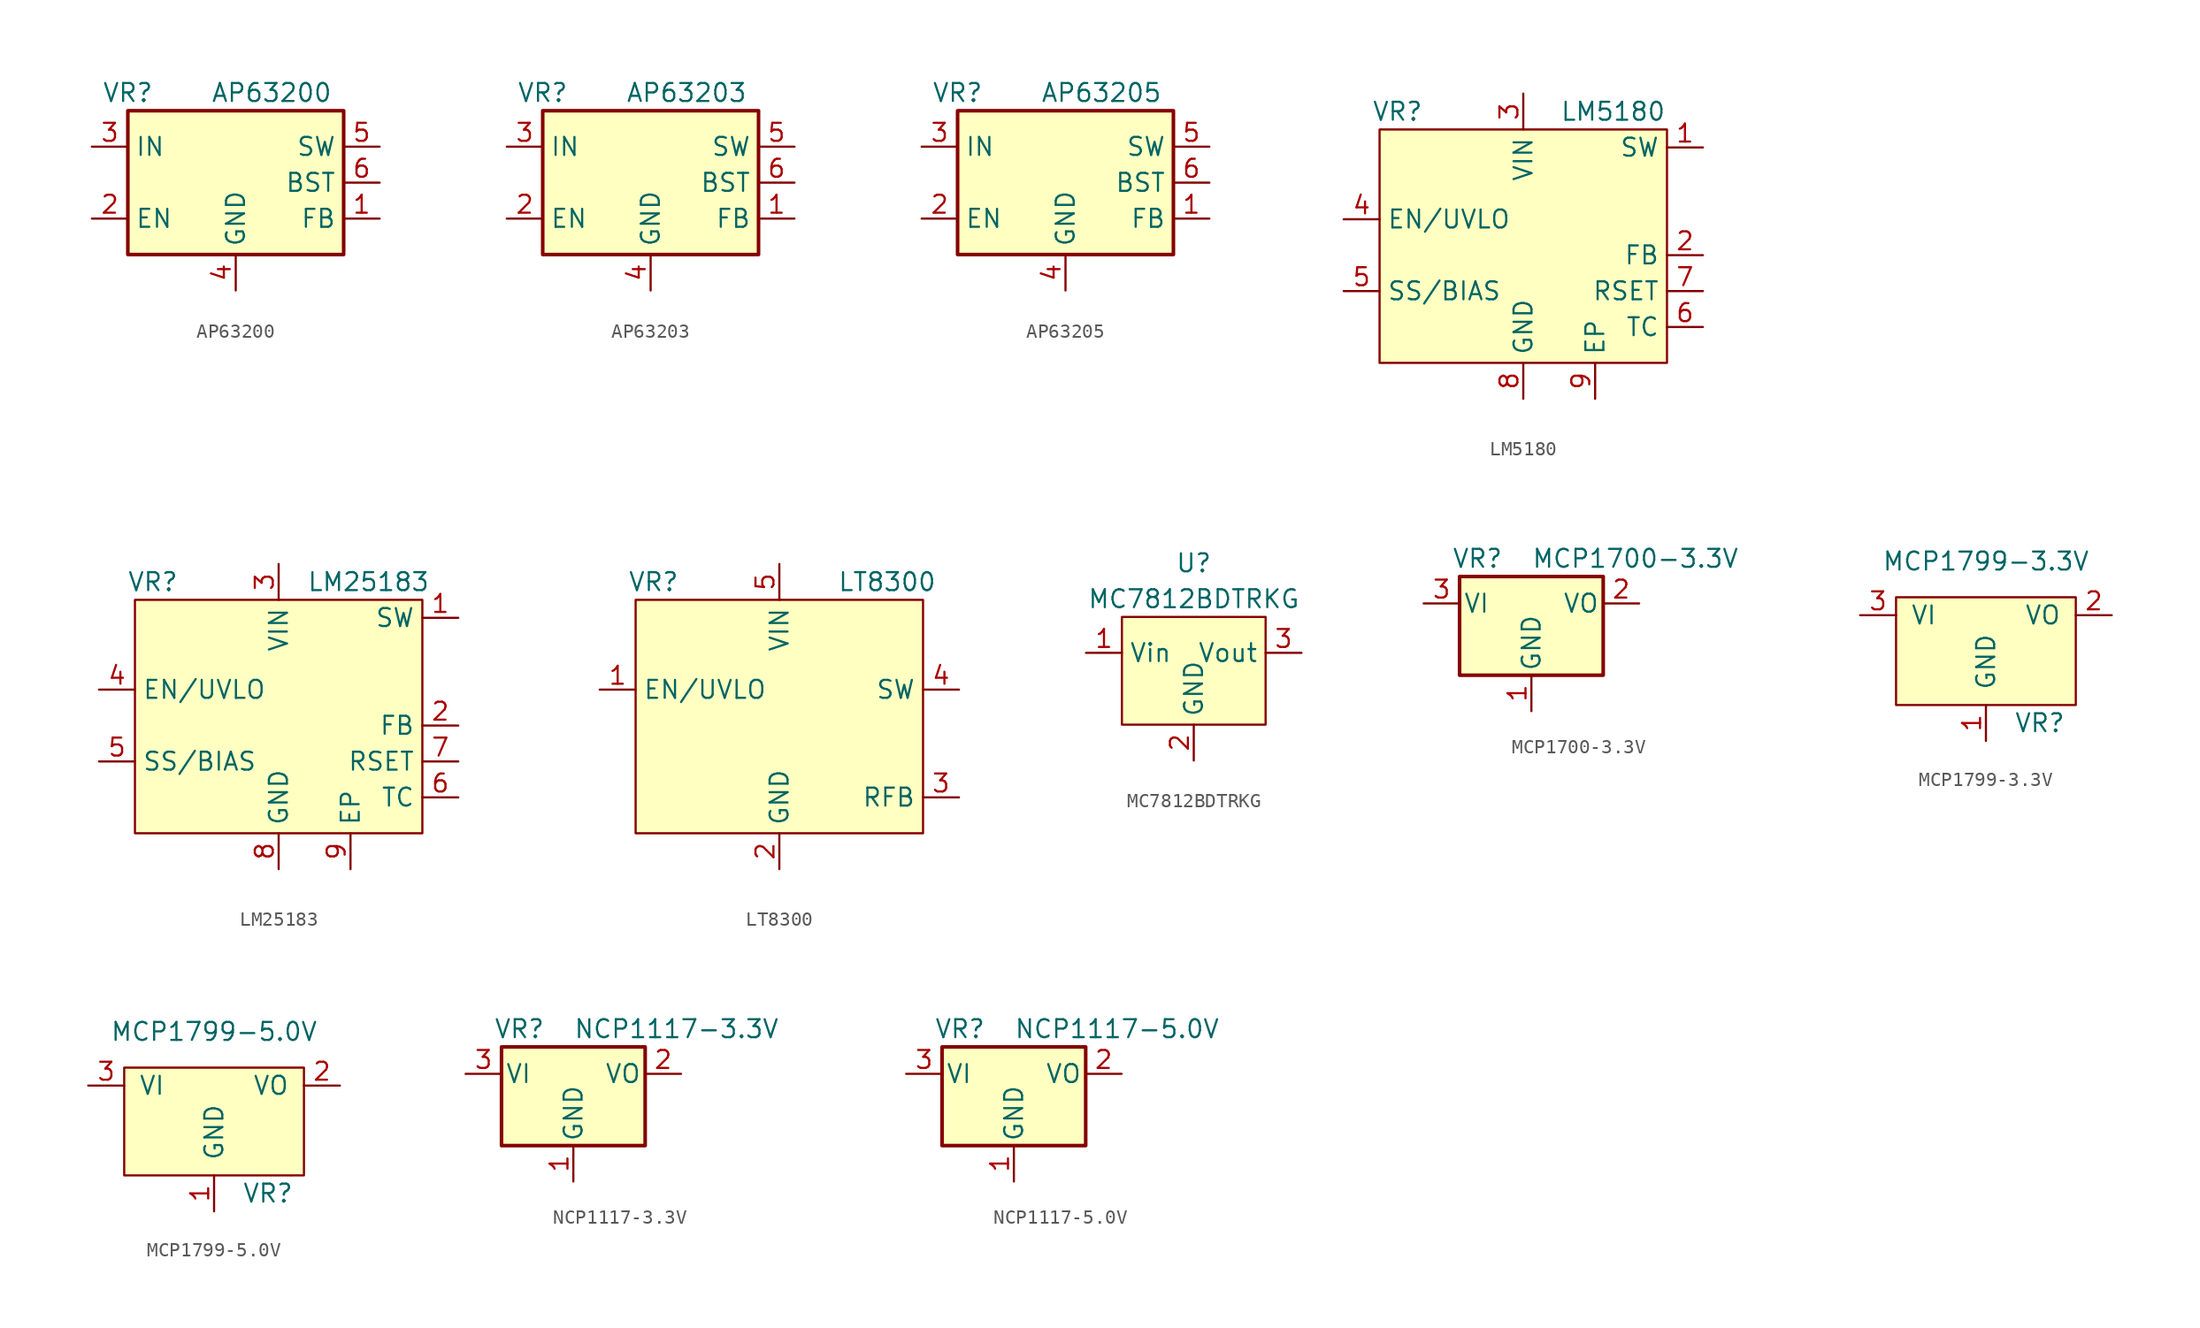
<source format=kicad_sym>
(kicad_symbol_lib
  (version 20231120)
  (generator "kicad_symbol_editor")
  (generator_version "8.0")
  (symbol "AP63200"
    (property "Reference" "VR"
      (at -7.62 6.35 0)
      (effects (font (size 1.27 1.27))))
    (property "Value" "AP63200"
      (at 2.54 6.35 0)
      (effects (font (size 1.27 1.27))))
    (symbol "AP63200_0_1"
      (rectangle (start -7.62 5.08) (end 7.62 -5.08) (stroke (width 0.254) (type default)) (fill (type background))))
    (symbol "AP63200_1_1"
      (pin input line (at 10.16 -2.54 180) (length 2.54) (name "FB" (effects (font (size 1.27 1.27)))) (number "1" (effects (font (size 1.27 1.27)))))
      (pin input line (at -10.16 -2.54 0) (length 2.54) (name "EN" (effects (font (size 1.27 1.27)))) (number "2" (effects (font (size 1.27 1.27)))))
      (pin power_in line (at -10.16 2.54 0) (length 2.54) (name "IN" (effects (font (size 1.27 1.27)))) (number "3" (effects (font (size 1.27 1.27)))))
      (pin power_in line (at 0 -7.62 90) (length 2.54) (name "GND" (effects (font (size 1.27 1.27)))) (number "4" (effects (font (size 1.27 1.27)))))
      (pin output line (at 10.16 2.54 180) (length 2.54) (name "SW" (effects (font (size 1.27 1.27)))) (number "5" (effects (font (size 1.27 1.27)))))
      (pin passive line (at 10.16 0 180) (length 2.54) (name "BST" (effects (font (size 1.27 1.27)))) (number "6" (effects (font (size 1.27 1.27)))))))
  (symbol "AP63203"
    (property "Reference" "VR"
      (at -7.62 6.35 0)
      (effects (font (size 1.27 1.27))))
    (property "Value" "AP63203"
      (at 2.54 6.35 0)
      (effects (font (size 1.27 1.27))))
    (symbol "AP63203_0_1"
      (rectangle (start -7.62 5.08) (end 7.62 -5.08) (stroke (width 0.254) (type default)) (fill (type background))))
    (symbol "AP63203_1_1"
      (pin input line (at 10.16 -2.54 180) (length 2.54) (name "FB" (effects (font (size 1.27 1.27)))) (number "1" (effects (font (size 1.27 1.27)))))
      (pin input line (at -10.16 -2.54 0) (length 2.54) (name "EN" (effects (font (size 1.27 1.27)))) (number "2" (effects (font (size 1.27 1.27)))))
      (pin power_in line (at -10.16 2.54 0) (length 2.54) (name "IN" (effects (font (size 1.27 1.27)))) (number "3" (effects (font (size 1.27 1.27)))))
      (pin power_in line (at 0 -7.62 90) (length 2.54) (name "GND" (effects (font (size 1.27 1.27)))) (number "4" (effects (font (size 1.27 1.27)))))
      (pin output line (at 10.16 2.54 180) (length 2.54) (name "SW" (effects (font (size 1.27 1.27)))) (number "5" (effects (font (size 1.27 1.27)))))
      (pin passive line (at 10.16 0 180) (length 2.54) (name "BST" (effects (font (size 1.27 1.27)))) (number "6" (effects (font (size 1.27 1.27)))))))
  (symbol "AP63205"
    (property "Reference" "VR"
      (at -7.62 6.35 0)
      (effects (font (size 1.27 1.27))))
    (property "Value" "AP63205"
      (at 2.54 6.35 0)
      (effects (font (size 1.27 1.27))))
    (symbol "AP63205_0_1"
      (rectangle (start -7.62 5.08) (end 7.62 -5.08) (stroke (width 0.254) (type default)) (fill (type background))))
    (symbol "AP63205_1_1"
      (pin input line (at 10.16 -2.54 180) (length 2.54) (name "FB" (effects (font (size 1.27 1.27)))) (number "1" (effects (font (size 1.27 1.27)))))
      (pin input line (at -10.16 -2.54 0) (length 2.54) (name "EN" (effects (font (size 1.27 1.27)))) (number "2" (effects (font (size 1.27 1.27)))))
      (pin power_in line (at -10.16 2.54 0) (length 2.54) (name "IN" (effects (font (size 1.27 1.27)))) (number "3" (effects (font (size 1.27 1.27)))))
      (pin power_in line (at 0 -7.62 90) (length 2.54) (name "GND" (effects (font (size 1.27 1.27)))) (number "4" (effects (font (size 1.27 1.27)))))
      (pin output line (at 10.16 2.54 180) (length 2.54) (name "SW" (effects (font (size 1.27 1.27)))) (number "5" (effects (font (size 1.27 1.27)))))
      (pin passive line (at 10.16 0 180) (length 2.54) (name "BST" (effects (font (size 1.27 1.27)))) (number "6" (effects (font (size 1.27 1.27)))))))
  (symbol "LM5180"
    (property "Reference" "VR"
      (at -8.89 10.16 0)
      (effects (font (size 1.27 1.27))))
    (property "Value" "LM5180"
      (at 6.35 10.16 0)
      (effects (font (size 1.27 1.27))))
    (symbol "LM5180_0_0"
      (pin unspecified line (at 12.7 7.62 180) (length 2.54) (name "SW" (effects (font (size 1.27 1.27)))) (number "1" (effects (font (size 1.27 1.27)))))
      (pin unspecified line (at 12.7 0 180) (length 2.54) (name "FB" (effects (font (size 1.27 1.27)))) (number "2" (effects (font (size 1.27 1.27)))))
      (pin unspecified line (at 0 11.43 270) (length 2.54) (name "VIN" (effects (font (size 1.27 1.27)))) (number "3" (effects (font (size 1.27 1.27)))))
      (pin unspecified line (at -12.7 2.54 0) (length 2.54) (name "EN/UVLO" (effects (font (size 1.27 1.27)))) (number "4" (effects (font (size 1.27 1.27)))))
      (pin unspecified line (at -12.7 -2.54 0) (length 2.54) (name "SS/BIAS" (effects (font (size 1.27 1.27)))) (number "5" (effects (font (size 1.27 1.27)))))
      (pin unspecified line (at 12.7 -5.08 180) (length 2.54) (name "TC" (effects (font (size 1.27 1.27)))) (number "6" (effects (font (size 1.27 1.27)))))
      (pin unspecified line (at 12.7 -2.54 180) (length 2.54) (name "RSET" (effects (font (size 1.27 1.27)))) (number "7" (effects (font (size 1.27 1.27)))))
      (pin unspecified line (at 0 -10.16 90) (length 2.54) (name "GND" (effects (font (size 1.27 1.27)))) (number "8" (effects (font (size 1.27 1.27)))))
      (pin passive line (at 5.08 -10.16 90) (length 2.54) (name "EP" (effects (font (size 1.27 1.27)))) (number "9" (effects (font (size 1.27 1.27))))))
    (symbol "LM5180_0_1"
      (rectangle (start -10.16 8.89) (end 10.16 -7.62) (stroke (width 0) (type default)) (fill (type background)))))
  (symbol "LM25183"
    (property "Reference" "VR"
      (at -8.89 10.16 0)
      (effects (font (size 1.27 1.27))))
    (property "Value" "LM25183"
      (at 6.35 10.16 0)
      (effects (font (size 1.27 1.27))))
    (symbol "LM25183_0_0"
      (pin unspecified line (at 12.7 7.62 180) (length 2.54) (name "SW" (effects (font (size 1.27 1.27)))) (number "1" (effects (font (size 1.27 1.27)))))
      (pin unspecified line (at 12.7 0 180) (length 2.54) (name "FB" (effects (font (size 1.27 1.27)))) (number "2" (effects (font (size 1.27 1.27)))))
      (pin unspecified line (at 0 11.43 270) (length 2.54) (name "VIN" (effects (font (size 1.27 1.27)))) (number "3" (effects (font (size 1.27 1.27)))))
      (pin unspecified line (at -12.7 2.54 0) (length 2.54) (name "EN/UVLO" (effects (font (size 1.27 1.27)))) (number "4" (effects (font (size 1.27 1.27)))))
      (pin unspecified line (at -12.7 -2.54 0) (length 2.54) (name "SS/BIAS" (effects (font (size 1.27 1.27)))) (number "5" (effects (font (size 1.27 1.27)))))
      (pin unspecified line (at 12.7 -5.08 180) (length 2.54) (name "TC" (effects (font (size 1.27 1.27)))) (number "6" (effects (font (size 1.27 1.27)))))
      (pin unspecified line (at 12.7 -2.54 180) (length 2.54) (name "RSET" (effects (font (size 1.27 1.27)))) (number "7" (effects (font (size 1.27 1.27)))))
      (pin unspecified line (at 0 -10.16 90) (length 2.54) (name "GND" (effects (font (size 1.27 1.27)))) (number "8" (effects (font (size 1.27 1.27)))))
      (pin passive line (at 5.08 -10.16 90) (length 2.54) (name "EP" (effects (font (size 1.27 1.27)))) (number "9" (effects (font (size 1.27 1.27))))))
    (symbol "LM25183_0_1"
      (rectangle (start -10.16 8.89) (end 10.16 -7.62) (stroke (width 0) (type default)) (fill (type background)))))
  (symbol "LT8300"
    (property "Reference" "VR"
      (at -8.89 7.62 0)
      (effects (font (size 1.27 1.27))))
    (property "Value" "LT8300"
      (at 7.62 7.62 0)
      (effects (font (size 1.27 1.27))))
    (symbol "LT8300_0_0"
      (pin unspecified line (at -12.7 0 0) (length 2.54) (name "EN/UVLO" (effects (font (size 1.27 1.27)))) (number "1" (effects (font (size 1.27 1.27)))))
      (pin unspecified line (at 0 -12.7 90) (length 2.54) (name "GND" (effects (font (size 1.27 1.27)))) (number "2" (effects (font (size 1.27 1.27)))))
      (pin unspecified line (at 12.7 -7.62 180) (length 2.54) (name "RFB" (effects (font (size 1.27 1.27)))) (number "3" (effects (font (size 1.27 1.27)))))
      (pin unspecified line (at 12.7 0 180) (length 2.54) (name "SW" (effects (font (size 1.27 1.27)))) (number "4" (effects (font (size 1.27 1.27)))))
      (pin unspecified line (at 0 8.89 270) (length 2.54) (name "VIN" (effects (font (size 1.27 1.27)))) (number "5" (effects (font (size 1.27 1.27))))))
    (symbol "LT8300_0_1"
      (rectangle (start -10.16 6.35) (end 10.16 -10.16) (stroke (width 0) (type default)) (fill (type background)))))
  (symbol "MC7812BDTRKG"
    (property "Reference" "U"
      (at 0 6.35 0)
      (effects (font (size 1.27 1.27))))
    (property "Value" "MC7812BDTRKG"
      (at 0 3.81 0)
      (effects (font (size 1.27 1.27))))
    (symbol "MC7812BDTRKG_0_1"
      (rectangle (start -5.08 2.54) (end 5.08 -5.08) (stroke (width 0) (type default)) (fill (type background))))
    (symbol "MC7812BDTRKG_1_1"
      (pin input line (at -7.62 0 0) (length 2.54) (name "Vin" (effects (font (size 1.27 1.27)))) (number "1" (effects (font (size 1.27 1.27)))))
      (pin power_in line (at 0 -7.62 90) (length 2.54) (name "GND" (effects (font (size 1.27 1.27)))) (number "2" (effects (font (size 1.27 1.27)))))
      (pin output line (at 7.62 0 180) (length 2.54) (name "Vout" (effects (font (size 1.27 1.27)))) (number "3" (effects (font (size 1.27 1.27)))))))
  (symbol "MCP1700-3.3V"
    (pin_names
      (offset 0.254))
    (property "Reference" "VR"
      (at -3.81 3.175 0)
      (effects (font (size 1.27 1.27))))
    (property "Value" "MCP1700-3.3V"
      (at 0 3.175 0)
      (effects (font (size 1.27 1.27)) (justify left)))
    (symbol "MCP1700-3.3V_0_1"
      (rectangle (start -5.08 1.905) (end 5.08 -5.08) (stroke (width 0.254) (type default)) (fill (type background))))
    (symbol "MCP1700-3.3V_1_1"
      (pin power_in line (at 0 -7.62 90) (length 2.54) (name "GND" (effects (font (size 1.27 1.27)))) (number "1" (effects (font (size 1.27 1.27)))))
      (pin power_out line (at 7.62 0 180) (length 2.54) (name "VO" (effects (font (size 1.27 1.27)))) (number "2" (effects (font (size 1.27 1.27)))))
      (pin power_in line (at -7.62 0 0) (length 2.54) (name "VI" (effects (font (size 1.27 1.27)))) (number "3" (effects (font (size 1.27 1.27)))))))
  (symbol "MCP1799-3.3V"
    (pin_names
      (offset 1.016))
    (property "Reference" "VR"
      (at 3.81 -5.08 0)
      (effects (font (size 1.27 1.27))))
    (property "Value" "MCP1799-3.3V"
      (at 0 6.35 0)
      (effects (font (size 1.27 1.27))))
    (symbol "MCP1799-3.3V_0_0"
      (pin power_in line (at 0 -6.35 90) (length 2.54) (name "GND" (effects (font (size 1.27 1.27)))) (number "1" (effects (font (size 1.27 1.27)))))
      (pin power_out line (at 8.89 2.54 180) (length 2.54) (name "VO" (effects (font (size 1.27 1.27)))) (number "2" (effects (font (size 1.27 1.27)))))
      (pin power_in line (at -8.89 2.54 0) (length 2.54) (name "VI" (effects (font (size 1.27 1.27)))) (number "3" (effects (font (size 1.27 1.27))))))
    (symbol "MCP1799-3.3V_0_1"
      (rectangle (start -6.35 3.81) (end 6.35 -3.81) (stroke (width 0) (type default)) (fill (type background)))))
  (symbol "MCP1799-5.0V"
    (pin_names
      (offset 1.016))
    (property "Reference" "VR"
      (at 3.81 -5.08 0)
      (effects (font (size 1.27 1.27))))
    (property "Value" "MCP1799-5.0V"
      (at 0 6.35 0)
      (effects (font (size 1.27 1.27))))
    (symbol "MCP1799-5.0V_0_0"
      (pin power_in line (at 0 -6.35 90) (length 2.54) (name "GND" (effects (font (size 1.27 1.27)))) (number "1" (effects (font (size 1.27 1.27)))))
      (pin power_out line (at 8.89 2.54 180) (length 2.54) (name "VO" (effects (font (size 1.27 1.27)))) (number "2" (effects (font (size 1.27 1.27)))))
      (pin power_in line (at -8.89 2.54 0) (length 2.54) (name "VI" (effects (font (size 1.27 1.27)))) (number "3" (effects (font (size 1.27 1.27))))))
    (symbol "MCP1799-5.0V_0_1"
      (rectangle (start -6.35 3.81) (end 6.35 -3.81) (stroke (width 0) (type default)) (fill (type background)))))
  (symbol "NCP1117-3.3V"
    (pin_names
      (offset 0.254))
    (property "Reference" "VR"
      (at -3.81 3.175 0)
      (effects (font (size 1.27 1.27))))
    (property "Value" "NCP1117-3.3V"
      (at 0 3.175 0)
      (effects (font (size 1.27 1.27)) (justify left)))
    (symbol "NCP1117-3.3V_0_1"
      (rectangle (start -5.08 -5.08) (end 5.08 1.905) (stroke (width 0.254) (type default)) (fill (type background))))
    (symbol "NCP1117-3.3V_1_1"
      (pin power_in line (at 0 -7.62 90) (length 2.54) (name "GND" (effects (font (size 1.27 1.27)))) (number "1" (effects (font (size 1.27 1.27)))))
      (pin power_out line (at 7.62 0 180) (length 2.54) (name "VO" (effects (font (size 1.27 1.27)))) (number "2" (effects (font (size 1.27 1.27)))))
      (pin power_in line (at -7.62 0 0) (length 2.54) (name "VI" (effects (font (size 1.27 1.27)))) (number "3" (effects (font (size 1.27 1.27)))))))
  (symbol "NCP1117-5.0V"
    (pin_names
      (offset 0.254))
    (property "Reference" "VR"
      (at -3.81 3.175 0)
      (effects (font (size 1.27 1.27))))
    (property "Value" "NCP1117-5.0V"
      (at 0 3.175 0)
      (effects (font (size 1.27 1.27)) (justify left)))
    (symbol "NCP1117-5.0V_0_1"
      (rectangle (start -5.08 -5.08) (end 5.08 1.905) (stroke (width 0.254) (type default)) (fill (type background))))
    (symbol "NCP1117-5.0V_1_1"
      (pin power_in line (at 0 -7.62 90) (length 2.54) (name "GND" (effects (font (size 1.27 1.27)))) (number "1" (effects (font (size 1.27 1.27)))))
      (pin power_out line (at 7.62 0 180) (length 2.54) (name "VO" (effects (font (size 1.27 1.27)))) (number "2" (effects (font (size 1.27 1.27)))))
      (pin power_in line (at -7.62 0 0) (length 2.54) (name "VI" (effects (font (size 1.27 1.27)))) (number "3" (effects (font (size 1.27 1.27))))))))
</source>
